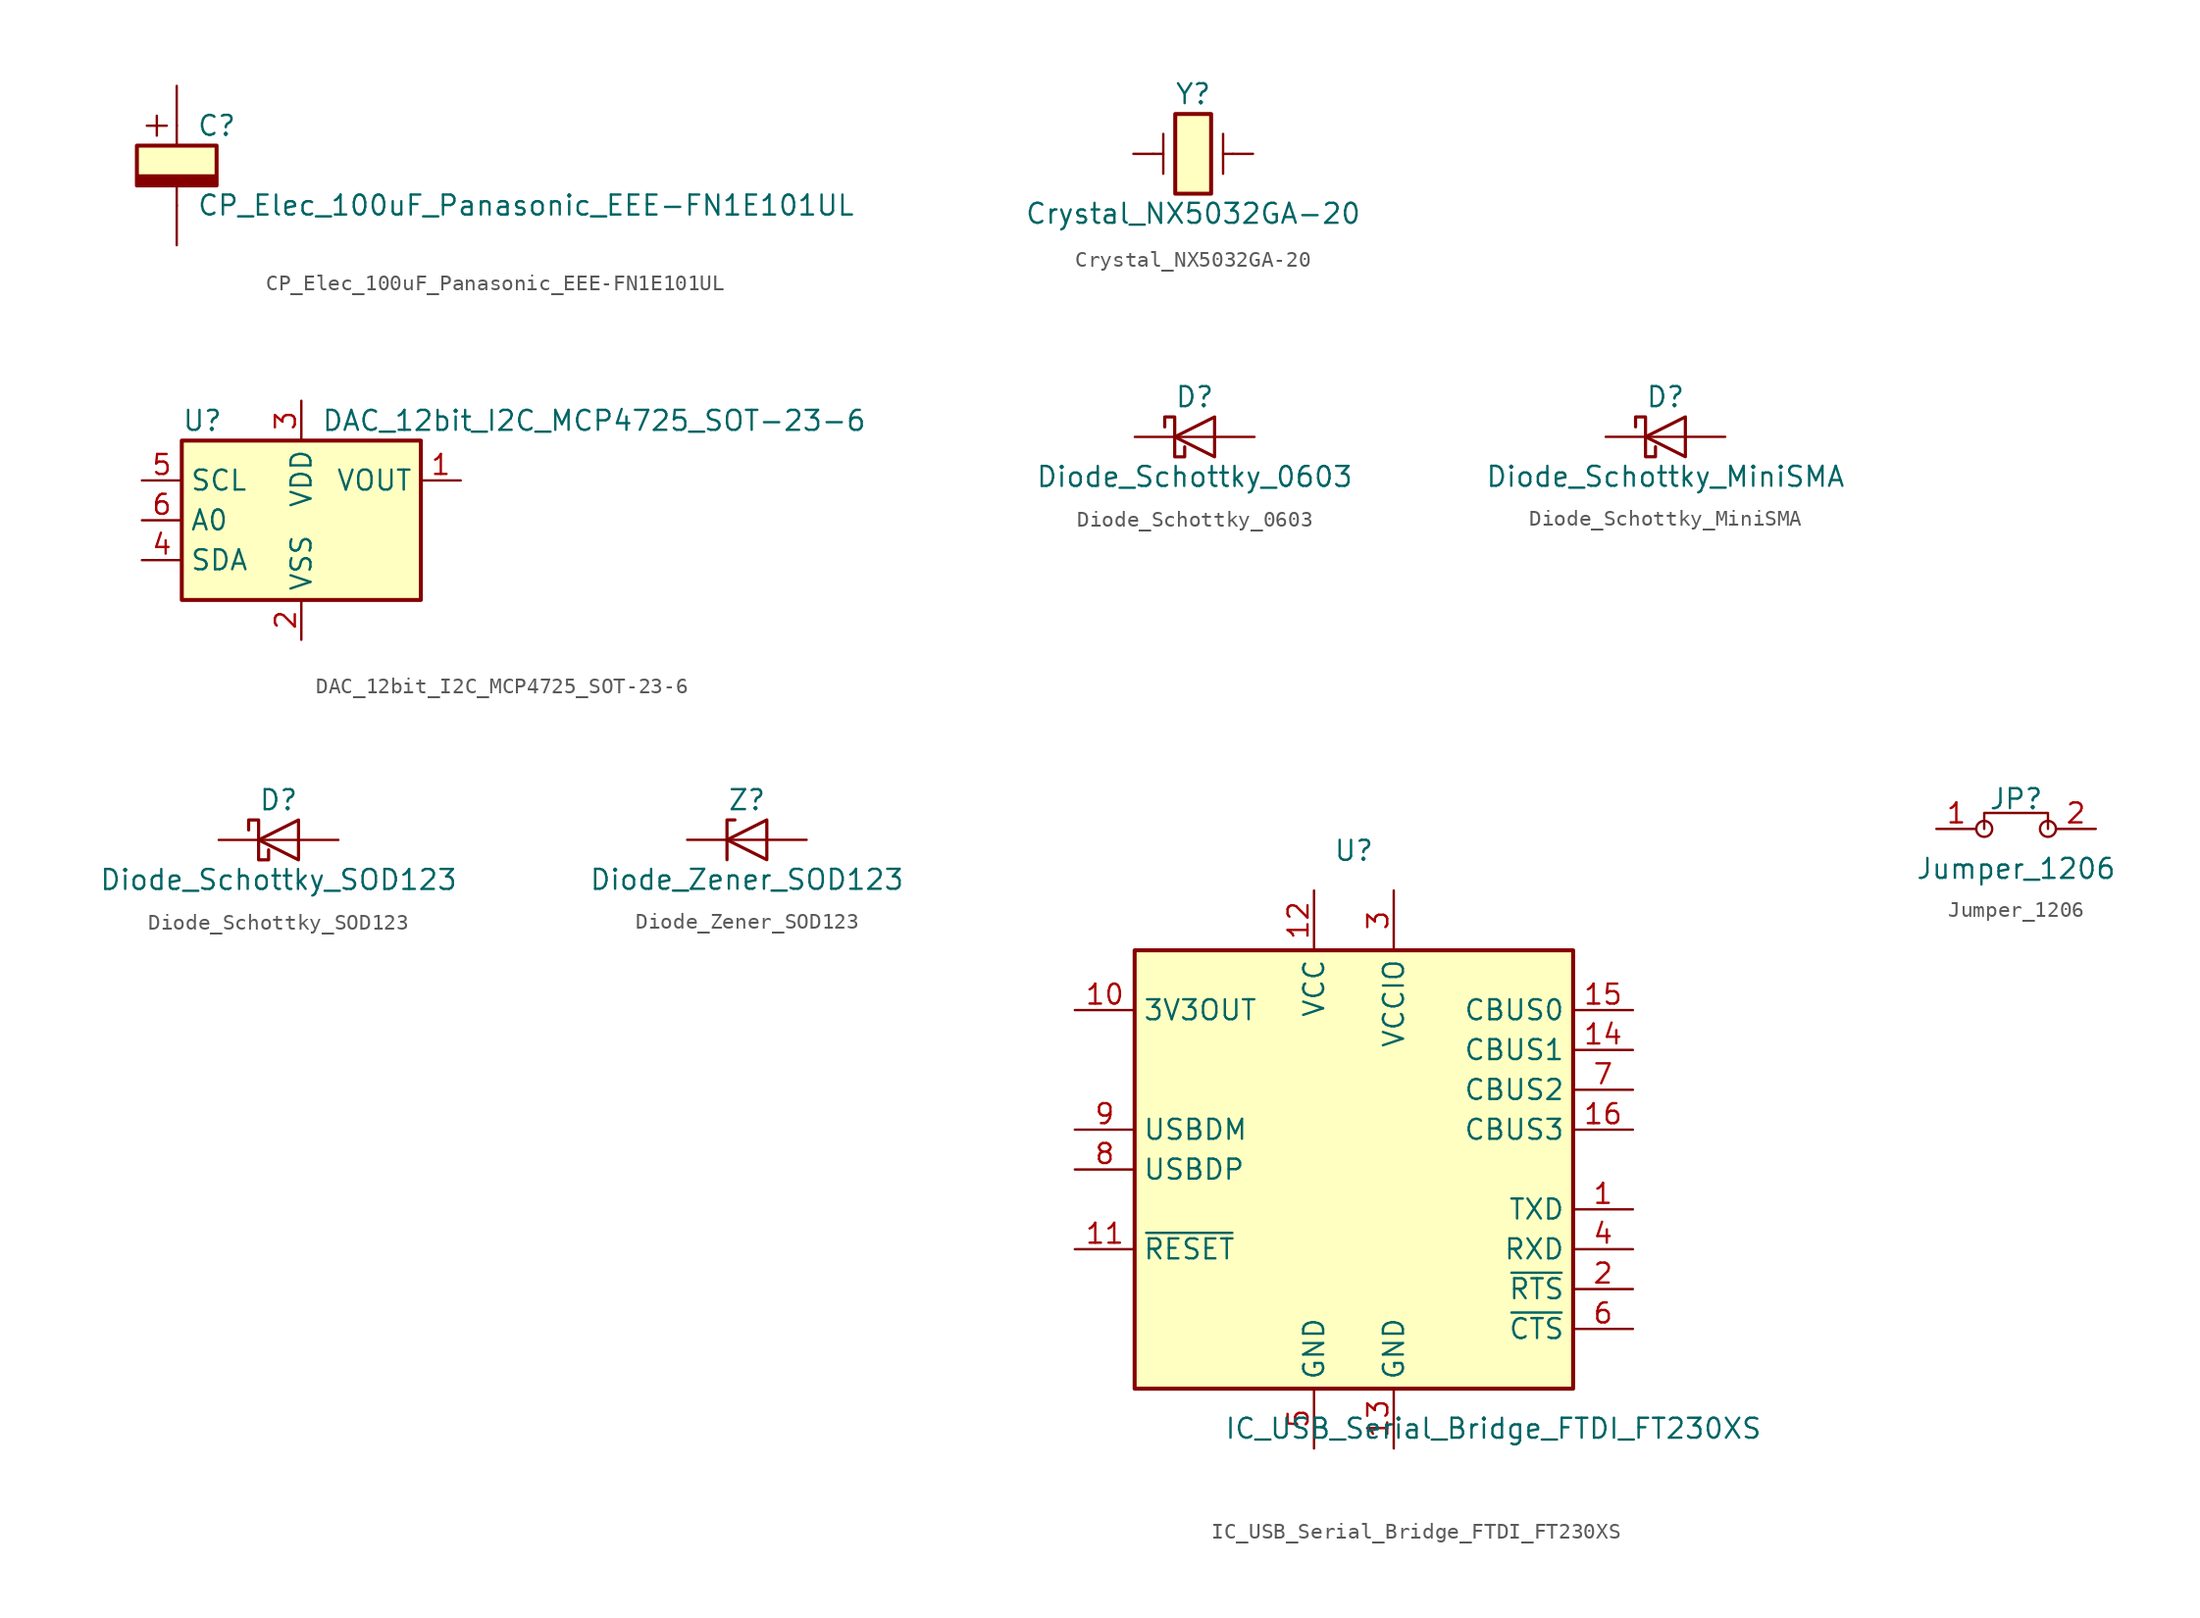
<source format=kicad_sym>
(kicad_symbol_lib
  (version 20231120)
  (generator "kicad_symbol_editor")
  (generator_version "8.0")
  (symbol "CP_Elec_100uF_Panasonic_EEE-FN1E101UL"
    (pin_numbers hide)
    (property "Reference" "C"
      (at 1.27 2.54 0)
      (effects (font (size 1.27 1.27)) (justify left)))
    (property "Value" "CP_Elec_100uF_Panasonic_EEE-FN1E101UL"
      (at 1.27 -2.54 0)
      (effects (font (size 1.27 1.27)) (justify left)))
    (symbol "CP_Elec_100uF_Panasonic_EEE-FN1E101UL_0_1"
      (rectangle (start -2.54 -0.635) (end 2.54 -1.27) (stroke (width 0) (type default)) (fill (type outline)))
      (polyline (pts (xy -1.27 1.905) (xy -1.27 3.175)) (stroke (width 0) (type default)) (fill (type none)))
      (polyline (pts (xy -0.635 2.54) (xy -1.905 2.54)) (stroke (width 0) (type default)) (fill (type none)))
      (polyline (pts (xy 0 -1.27) (xy 0 -2.54)) (stroke (width 0) (type default)) (fill (type none)))
      (polyline (pts (xy 0 2.54) (xy 0 1.27)) (stroke (width 0) (type default)) (fill (type none)))
      (polyline (pts (xy -2.54 -1.27) (xy -2.54 1.27) (xy 2.54 1.27) (xy 2.54 -1.27) (xy -2.54 -1.27)) (stroke (width 0.254) (type default)) (fill (type background))))
    (symbol "CP_Elec_100uF_Panasonic_EEE-FN1E101UL_1_1"
      (pin passive line (at 0 5.08 270) (length 2.54) (name "~" (effects (font (size 1.27 1.27)))) (number "1" (effects (font (size 1.27 1.27)))))
      (pin passive line (at 0 -5.08 90) (length 2.54) (name "~" (effects (font (size 1.27 1.27)))) (number "2" (effects (font (size 1.27 1.27)))))))
  (symbol "Crystal_NX5032GA-20"
    (pin_numbers hide)
    (pin_names
      (offset 1.016) hide)
    (property "Reference" "Y"
      (at 0 3.81 0)
      (effects (font (size 1.27 1.27))))
    (property "Value" "Crystal_NX5032GA-20"
      (at 0 -3.81 0)
      (effects (font (size 1.27 1.27))))
    (symbol "Crystal_NX5032GA-20_0_1"
      (rectangle (start -1.143 2.54) (end 1.143 -2.54) (stroke (width 0.254) (type default)) (fill (type background)))
      (polyline (pts (xy -2.54 0) (xy -1.905 0)) (stroke (width 0) (type default)) (fill (type none)))
      (polyline (pts (xy -1.905 -1.27) (xy -1.905 1.27)) (stroke (width 0) (type default)) (fill (type none)))
      (polyline (pts (xy 1.905 -1.27) (xy 1.905 1.27)) (stroke (width 0) (type default)) (fill (type none)))
      (polyline (pts (xy 2.54 0) (xy 1.905 0)) (stroke (width 0) (type default)) (fill (type none))))
    (symbol "Crystal_NX5032GA-20_1_1"
      (pin passive line (at -3.81 0 0) (length 1.27) (name "1" (effects (font (size 1.27 1.27)))) (number "1" (effects (font (size 1.27 1.27)))))
      (pin passive line (at 3.81 0 180) (length 1.27) (name "2" (effects (font (size 1.27 1.27)))) (number "2" (effects (font (size 1.27 1.27)))))))
  (symbol "DAC_12bit_I2C_MCP4725_SOT-23-6"
    (property "Reference" "U"
      (at -7.62 6.35 0)
      (effects (font (size 1.27 1.27)) (justify left)))
    (property "Value" "DAC_12bit_I2C_MCP4725_SOT-23-6"
      (at 1.27 6.35 0)
      (effects (font (size 1.27 1.27)) (justify left)))
    (symbol "DAC_12bit_I2C_MCP4725_SOT-23-6_0_1"
      (rectangle (start -7.62 5.08) (end 7.62 -5.08) (stroke (width 0.254) (type default)) (fill (type background))))
    (symbol "DAC_12bit_I2C_MCP4725_SOT-23-6_1_1"
      (pin power_out line (at 10.16 2.54 180) (length 2.54) (name "VOUT" (effects (font (size 1.27 1.27)))) (number "1" (effects (font (size 1.27 1.27)))))
      (pin power_in line (at 0 -7.62 90) (length 2.54) (name "VSS" (effects (font (size 1.27 1.27)))) (number "2" (effects (font (size 1.27 1.27)))))
      (pin power_in line (at 0 7.62 270) (length 2.54) (name "VDD" (effects (font (size 1.27 1.27)))) (number "3" (effects (font (size 1.27 1.27)))))
      (pin bidirectional line (at -10.16 -2.54 0) (length 2.54) (name "SDA" (effects (font (size 1.27 1.27)))) (number "4" (effects (font (size 1.27 1.27)))))
      (pin input line (at -10.16 2.54 0) (length 2.54) (name "SCL" (effects (font (size 1.27 1.27)))) (number "5" (effects (font (size 1.27 1.27)))))
      (pin input line (at -10.16 0 0) (length 2.54) (name "A0" (effects (font (size 1.27 1.27)))) (number "6" (effects (font (size 1.27 1.27)))))))
  (symbol "Diode_Schottky_0603"
    (pin_numbers hide)
    (pin_names
      (offset 1.016) hide)
    (property "Reference" "D"
      (at 0 2.54 0)
      (effects (font (size 1.27 1.27))))
    (property "Value" "Diode_Schottky_0603"
      (at 0 -2.54 0)
      (effects (font (size 1.27 1.27))))
    (symbol "Diode_Schottky_0603_0_1"
      (polyline (pts (xy 1.27 0) (xy -1.27 0)) (stroke (width 0) (type default)) (fill (type none)))
      (polyline (pts (xy 1.27 1.27) (xy 1.27 -1.27) (xy -1.27 0) (xy 1.27 1.27)) (stroke (width 0.203) (type default)) (fill (type none)))
      (polyline (pts (xy -1.905 0.635) (xy -1.905 1.27) (xy -1.27 1.27) (xy -1.27 -1.27) (xy -0.635 -1.27) (xy -0.635 -0.635)) (stroke (width 0.203) (type default)) (fill (type none))))
    (symbol "Diode_Schottky_0603_1_1"
      (pin passive line (at -3.81 0 0) (length 2.54) (name "K" (effects (font (size 1.27 1.27)))) (number "1" (effects (font (size 1.27 1.27)))))
      (pin passive line (at 3.81 0 180) (length 2.54) (name "A" (effects (font (size 1.27 1.27)))) (number "2" (effects (font (size 1.27 1.27)))))))
  (symbol "Diode_Schottky_MiniSMA"
    (pin_numbers hide)
    (pin_names
      (offset 1.016) hide)
    (property "Reference" "D"
      (at 0 2.54 0)
      (effects (font (size 1.27 1.27))))
    (property "Value" "Diode_Schottky_MiniSMA"
      (at 0 -2.54 0)
      (effects (font (size 1.27 1.27))))
    (symbol "Diode_Schottky_MiniSMA_0_1"
      (polyline (pts (xy 1.27 0) (xy -1.27 0)) (stroke (width 0) (type default)) (fill (type none)))
      (polyline (pts (xy 1.27 1.27) (xy 1.27 -1.27) (xy -1.27 0) (xy 1.27 1.27)) (stroke (width 0.203) (type default)) (fill (type none)))
      (polyline (pts (xy -1.905 0.635) (xy -1.905 1.27) (xy -1.27 1.27) (xy -1.27 -1.27) (xy -0.635 -1.27) (xy -0.635 -0.635)) (stroke (width 0.203) (type default)) (fill (type none))))
    (symbol "Diode_Schottky_MiniSMA_1_1"
      (pin passive line (at -3.81 0 0) (length 2.54) (name "K" (effects (font (size 1.27 1.27)))) (number "1" (effects (font (size 1.27 1.27)))))
      (pin passive line (at 3.81 0 180) (length 2.54) (name "A" (effects (font (size 1.27 1.27)))) (number "2" (effects (font (size 1.27 1.27)))))))
  (symbol "Diode_Schottky_SOD123"
    (pin_numbers hide)
    (pin_names
      (offset 1.016) hide)
    (property "Reference" "D"
      (at 0 2.54 0)
      (effects (font (size 1.27 1.27))))
    (property "Value" "Diode_Schottky_SOD123"
      (at 0 -2.54 0)
      (effects (font (size 1.27 1.27))))
    (symbol "Diode_Schottky_SOD123_0_1"
      (polyline (pts (xy 1.27 0) (xy -1.27 0)) (stroke (width 0) (type default)) (fill (type none)))
      (polyline (pts (xy 1.27 1.27) (xy 1.27 -1.27) (xy -1.27 0) (xy 1.27 1.27)) (stroke (width 0.203) (type default)) (fill (type none)))
      (polyline (pts (xy -1.905 0.635) (xy -1.905 1.27) (xy -1.27 1.27) (xy -1.27 -1.27) (xy -0.635 -1.27) (xy -0.635 -0.635)) (stroke (width 0.203) (type default)) (fill (type none))))
    (symbol "Diode_Schottky_SOD123_1_1"
      (pin passive line (at -3.81 0 0) (length 2.54) (name "K" (effects (font (size 1.27 1.27)))) (number "1" (effects (font (size 1.27 1.27)))))
      (pin passive line (at 3.81 0 180) (length 2.54) (name "A" (effects (font (size 1.27 1.27)))) (number "2" (effects (font (size 1.27 1.27)))))))
  (symbol "Diode_Zener_SOD123"
    (pin_numbers hide)
    (pin_names hide)
    (property "Reference" "Z"
      (at 0 2.54 0)
      (effects (font (size 1.27 1.27))))
    (property "Value" "Diode_Zener_SOD123"
      (at 0 -2.54 0)
      (effects (font (size 1.27 1.27))))
    (symbol "Diode_Zener_SOD123_0_1"
      (polyline (pts (xy 1.27 0) (xy -1.27 0)) (stroke (width 0) (type default)) (fill (type none)))
      (polyline (pts (xy -1.27 -1.27) (xy -1.27 1.27) (xy -0.762 1.27)) (stroke (width 0.203) (type default)) (fill (type none)))
      (polyline (pts (xy 1.27 -1.27) (xy 1.27 1.27) (xy -1.27 0) (xy 1.27 -1.27)) (stroke (width 0.203) (type default)) (fill (type none))))
    (symbol "Diode_Zener_SOD123_1_1"
      (pin passive line (at -3.81 0 0) (length 2.54) (name "K" (effects (font (size 1.27 1.27)))) (number "1" (effects (font (size 1.27 1.27)))))
      (pin passive line (at 3.81 0 180) (length 2.54) (name "A" (effects (font (size 1.27 1.27)))) (number "2" (effects (font (size 1.27 1.27)))))))
  (symbol "IC_USB_Serial_Bridge_FTDI_FT230XS"
    (property "Reference" "U"
      (at 0 20.32 0)
      (effects (font (size 1.27 1.27))))
    (property "Value" "IC_USB_Serial_Bridge_FTDI_FT230XS"
      (at 8.89 -16.51 0)
      (effects (font (size 1.27 1.27))))
    (symbol "IC_USB_Serial_Bridge_FTDI_FT230XS_0_1"
      (rectangle (start 13.97 13.97) (end -13.97 -13.97) (stroke (width 0.254) (type default)) (fill (type background))))
    (symbol "IC_USB_Serial_Bridge_FTDI_FT230XS_1_1"
      (pin output line (at 17.78 -2.54 180) (length 3.81) (name "TXD" (effects (font (size 1.27 1.27)))) (number "1" (effects (font (size 1.27 1.27)))))
      (pin power_out line (at -17.78 10.16 0) (length 3.81) (name "3V3OUT" (effects (font (size 1.27 1.27)))) (number "10" (effects (font (size 1.27 1.27)))))
      (pin input line (at -17.78 -5.08 0) (length 3.81) (name "~{RESET}" (effects (font (size 1.27 1.27)))) (number "11" (effects (font (size 1.27 1.27)))))
      (pin power_in line (at -2.54 17.78 270) (length 3.81) (name "VCC" (effects (font (size 1.27 1.27)))) (number "12" (effects (font (size 1.27 1.27)))))
      (pin power_in line (at 2.54 -17.78 90) (length 3.81) (name "GND" (effects (font (size 1.27 1.27)))) (number "13" (effects (font (size 1.27 1.27)))))
      (pin bidirectional line (at 17.78 7.62 180) (length 3.81) (name "CBUS1" (effects (font (size 1.27 1.27)))) (number "14" (effects (font (size 1.27 1.27)))))
      (pin bidirectional line (at 17.78 10.16 180) (length 3.81) (name "CBUS0" (effects (font (size 1.27 1.27)))) (number "15" (effects (font (size 1.27 1.27)))))
      (pin bidirectional line (at 17.78 2.54 180) (length 3.81) (name "CBUS3" (effects (font (size 1.27 1.27)))) (number "16" (effects (font (size 1.27 1.27)))))
      (pin output line (at 17.78 -7.62 180) (length 3.81) (name "~{RTS}" (effects (font (size 1.27 1.27)))) (number "2" (effects (font (size 1.27 1.27)))))
      (pin power_in line (at 2.54 17.78 270) (length 3.81) (name "VCCIO" (effects (font (size 1.27 1.27)))) (number "3" (effects (font (size 1.27 1.27)))))
      (pin input line (at 17.78 -5.08 180) (length 3.81) (name "RXD" (effects (font (size 1.27 1.27)))) (number "4" (effects (font (size 1.27 1.27)))))
      (pin power_in line (at -2.54 -17.78 90) (length 3.81) (name "GND" (effects (font (size 1.27 1.27)))) (number "5" (effects (font (size 1.27 1.27)))))
      (pin input line (at 17.78 -10.16 180) (length 3.81) (name "~{CTS}" (effects (font (size 1.27 1.27)))) (number "6" (effects (font (size 1.27 1.27)))))
      (pin bidirectional line (at 17.78 5.08 180) (length 3.81) (name "CBUS2" (effects (font (size 1.27 1.27)))) (number "7" (effects (font (size 1.27 1.27)))))
      (pin bidirectional line (at -17.78 0 0) (length 3.81) (name "USBDP" (effects (font (size 1.27 1.27)))) (number "8" (effects (font (size 1.27 1.27)))))
      (pin bidirectional line (at -17.78 2.54 0) (length 3.81) (name "USBDM" (effects (font (size 1.27 1.27)))) (number "9" (effects (font (size 1.27 1.27)))))))
  (symbol "Jumper_1206"
    (pin_names
      (offset 0) hide)
    (property "Reference" "JP"
      (at 0 1.905 0)
      (effects (font (size 1.27 1.27))))
    (property "Value" "Jumper_1206"
      (at 0 -2.54 0)
      (effects (font (size 1.27 1.27))))
    (symbol "Jumper_1206_0_0"
      (circle (center -2.032 0) (radius 0.508) (stroke (width 0) (type default)) (fill (type none)))
      (circle (center 2.032 0) (radius 0.508) (stroke (width 0) (type default)) (fill (type none))))
    (symbol "Jumper_1206_0_1"
      (polyline (pts (xy -2.032 0) (xy -2.032 1.016) (xy 2.032 1.016) (xy 2.032 0)) (stroke (width 0) (type default)) (fill (type none))))
    (symbol "Jumper_1206_1_1"
      (pin passive line (at -5.08 0 0) (length 2.54) (name "A" (effects (font (size 1.27 1.27)))) (number "1" (effects (font (size 1.27 1.27)))))
      (pin passive line (at 5.08 0 180) (length 2.54) (name "B" (effects (font (size 1.27 1.27)))) (number "2" (effects (font (size 1.27 1.27))))))))
</source>
